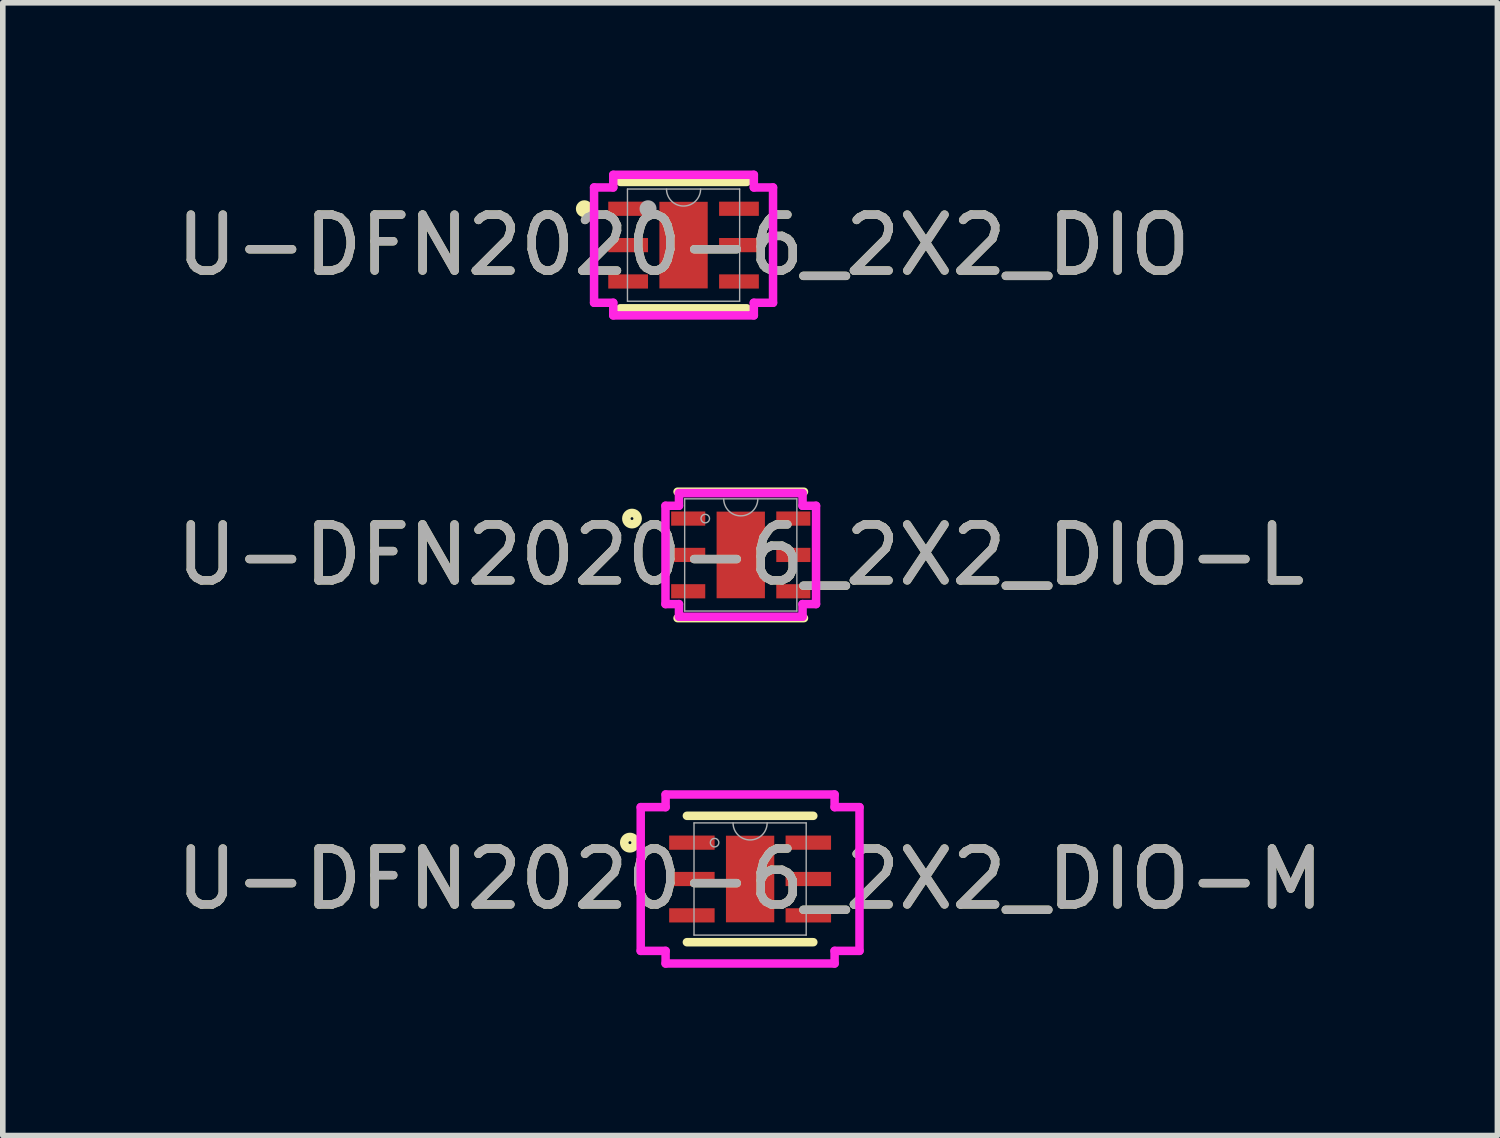
<source format=kicad_pcb>
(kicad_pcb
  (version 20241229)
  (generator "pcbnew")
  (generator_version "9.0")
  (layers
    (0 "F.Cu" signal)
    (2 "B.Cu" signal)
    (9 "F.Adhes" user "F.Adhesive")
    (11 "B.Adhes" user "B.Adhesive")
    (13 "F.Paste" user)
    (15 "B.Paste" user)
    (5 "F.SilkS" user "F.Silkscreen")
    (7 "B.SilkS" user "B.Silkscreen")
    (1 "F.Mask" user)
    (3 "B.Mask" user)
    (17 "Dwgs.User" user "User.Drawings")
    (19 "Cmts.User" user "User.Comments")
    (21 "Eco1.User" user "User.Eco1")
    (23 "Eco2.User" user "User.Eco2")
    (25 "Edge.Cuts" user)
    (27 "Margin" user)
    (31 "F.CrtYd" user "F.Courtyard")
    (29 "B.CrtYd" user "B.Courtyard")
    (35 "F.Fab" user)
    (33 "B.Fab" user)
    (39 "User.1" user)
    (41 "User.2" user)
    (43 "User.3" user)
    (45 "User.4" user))
  (footprint "U-DFN2020-6_2X2_DIO-M"
    (layer "F.Cu")
    (at 10.363 12.668)
    (property "Reference" "U-DFN2020-6_2X2_DIO-M" (at 0 0 0) (unlocked yes) (layer "F.SilkS") (effects (font (size 1 1) (thickness 0.15))))
    (attr smd)
    (fp_line (start -1.13 1.13) (end 1.13 1.13) (stroke (width 0.152) (type solid)) (layer "F.SilkS"))
    (fp_line (start 1.13 -1.13) (end -1.13 -1.13) (stroke (width 0.152) (type solid)) (layer "F.SilkS"))
    (fp_circle (center -2.149 -0.65) (end -2.047 -0.65) (stroke (width 0.152) (type solid)) (fill no) (layer "F.SilkS"))
    (fp_line (start -1.956 -1.285) (end -1.511 -1.285) (stroke (width 0.152) (type solid)) (layer "F.CrtYd"))
    (fp_line (start -1.956 1.285) (end -1.956 -1.285) (stroke (width 0.152) (type solid)) (layer "F.CrtYd"))
    (fp_line (start -1.956 1.285) (end -1.511 1.285) (stroke (width 0.152) (type solid)) (layer "F.CrtYd"))
    (fp_line (start -1.511 -1.511) (end 1.511 -1.511) (stroke (width 0.152) (type solid)) (layer "F.CrtYd"))
    (fp_line (start -1.511 -1.285) (end -1.511 -1.511) (stroke (width 0.152) (type solid)) (layer "F.CrtYd"))
    (fp_line (start -1.511 1.511) (end -1.511 1.285) (stroke (width 0.152) (type solid)) (layer "F.CrtYd"))
    (fp_line (start 1.511 -1.511) (end 1.511 -1.285) (stroke (width 0.152) (type solid)) (layer "F.CrtYd"))
    (fp_line (start 1.511 1.285) (end 1.511 1.511) (stroke (width 0.152) (type solid)) (layer "F.CrtYd"))
    (fp_line (start 1.511 1.511) (end -1.511 1.511) (stroke (width 0.152) (type solid)) (layer "F.CrtYd"))
    (fp_line (start 1.956 -1.285) (end 1.511 -1.285) (stroke (width 0.152) (type solid)) (layer "F.CrtYd"))
    (fp_line (start 1.956 -1.285) (end 1.956 1.285) (stroke (width 0.152) (type solid)) (layer "F.CrtYd"))
    (fp_line (start 1.956 1.285) (end 1.511 1.285) (stroke (width 0.152) (type solid)) (layer "F.CrtYd"))
    (fp_line (start -1.003 -1.003) (end -1.003 1.003) (stroke (width 0.025) (type solid)) (layer "F.Fab"))
    (fp_line (start -1.003 1.003) (end 1.003 1.003) (stroke (width 0.025) (type solid)) (layer "F.Fab"))
    (fp_line (start 1.003 -1.003) (end -1.003 -1.003) (stroke (width 0.025) (type solid)) (layer "F.Fab"))
    (fp_line (start 1.003 1.003) (end 1.003 -1.003) (stroke (width 0.025) (type solid)) (layer "F.Fab"))
    (fp_arc (start 0.3048 -1.0033) (mid 0 -0.6985) (end -0.3048 -1.0033) (stroke (width 0.0254) (type solid)) (layer "F.Fab"))
    (fp_circle (center -0.635 -0.65) (end -0.559 -0.65) (stroke (width 0.025) (type solid)) (fill no) (layer "F.Fab"))
    (fp_text user "${REFERENCE}" (at 0 0 0) (unlocked yes) (layer "F.Fab") (effects (font (size 1 1) (thickness 0.15))))
    (pad "1" smd rect (at -1.041 -0.65) (size 0.813 0.254) (layers "F.Cu" "F.Mask" "F.Paste"))
    (pad "2" smd rect (at -1.041 0) (size 0.813 0.254) (layers "F.Cu" "F.Mask" "F.Paste"))
    (pad "3" smd rect (at -1.041 0.65) (size 0.813 0.254) (layers "F.Cu" "F.Mask" "F.Paste"))
    (pad "4" smd rect (at 1.041 0.65) (size 0.813 0.254) (layers "F.Cu" "F.Mask" "F.Paste"))
    (pad "5" smd rect (at 1.041 0) (size 0.813 0.254) (layers "F.Cu" "F.Mask" "F.Paste"))
    (pad "6" smd rect (at 1.041 -0.65) (size 0.813 0.254) (layers "F.Cu" "F.Mask" "F.Paste"))
    (pad "7" smd rect (at 0 0) (size 0.864 1.549) (layers "F.Cu" "F.Mask" "F.Paste")))
  (footprint "U-DFN2020-6_2X2_DIO"
    (layer "F.Cu")
    (at 9.173 1.333)
    (property "Reference" "U-DFN2020-6_2X2_DIO" (at 0 0 0) (unlocked yes) (layer "F.SilkS") (effects (font (size 1 1) (thickness 0.15))))
    (attr smd)
    (fp_line (start -1.13 1.13) (end 1.13 1.13) (stroke (width 0.152) (type solid)) (layer "F.SilkS"))
    (fp_line (start 1.13 -1.13) (end -1.13 -1.13) (stroke (width 0.152) (type solid)) (layer "F.SilkS"))
    (fp_circle (center -1.773 -0.65) (end -1.697 -0.65) (stroke (width 0.152) (type solid)) (fill no) (layer "F.SilkS"))
    (fp_line (start -1.6 -1.031) (end -1.257 -1.031) (stroke (width 0.152) (type solid)) (layer "F.CrtYd"))
    (fp_line (start -1.6 1.031) (end -1.6 -1.031) (stroke (width 0.152) (type solid)) (layer "F.CrtYd"))
    (fp_line (start -1.6 1.031) (end -1.257 1.031) (stroke (width 0.152) (type solid)) (layer "F.CrtYd"))
    (fp_line (start -1.257 -1.257) (end 1.257 -1.257) (stroke (width 0.152) (type solid)) (layer "F.CrtYd"))
    (fp_line (start -1.257 -1.031) (end -1.257 -1.257) (stroke (width 0.152) (type solid)) (layer "F.CrtYd"))
    (fp_line (start -1.257 1.257) (end -1.257 1.031) (stroke (width 0.152) (type solid)) (layer "F.CrtYd"))
    (fp_line (start 1.257 -1.257) (end 1.257 -1.031) (stroke (width 0.152) (type solid)) (layer "F.CrtYd"))
    (fp_line (start 1.257 1.031) (end 1.257 1.257) (stroke (width 0.152) (type solid)) (layer "F.CrtYd"))
    (fp_line (start 1.257 1.257) (end -1.257 1.257) (stroke (width 0.152) (type solid)) (layer "F.CrtYd"))
    (fp_line (start 1.6 -1.031) (end 1.257 -1.031) (stroke (width 0.152) (type solid)) (layer "F.CrtYd"))
    (fp_line (start 1.6 -1.031) (end 1.6 1.031) (stroke (width 0.152) (type solid)) (layer "F.CrtYd"))
    (fp_line (start 1.6 1.031) (end 1.257 1.031) (stroke (width 0.152) (type solid)) (layer "F.CrtYd"))
    (fp_line (start -1.003 -1.003) (end -1.003 1.003) (stroke (width 0.025) (type solid)) (layer "F.Fab"))
    (fp_line (start -1.003 1.003) (end 1.003 1.003) (stroke (width 0.025) (type solid)) (layer "F.Fab"))
    (fp_line (start 1.003 -1.003) (end -1.003 -1.003) (stroke (width 0.025) (type solid)) (layer "F.Fab"))
    (fp_line (start 1.003 1.003) (end 1.003 -1.003) (stroke (width 0.025) (type solid)) (layer "F.Fab"))
    (fp_arc (start 0.3048 -1.0033) (mid 0 -0.6985) (end -0.3048 -1.0033) (stroke (width 0.0254) (type solid)) (layer "F.Fab"))
    (fp_circle (center -0.635 -0.65) (end -0.635 -0.65) (stroke (width 0.152) (type solid)) (fill no) (layer "F.Fab"))
    (fp_text user "${REFERENCE}" (at 0 0 0) (unlocked yes) (layer "F.Fab") (effects (font (size 1 1) (thickness 0.15))))
    (pad "1" smd rect (at -0.991 -0.65) (size 0.711 0.254) (layers "F.Cu" "F.Mask" "F.Paste"))
    (pad "2" smd rect (at -0.991 0) (size 0.711 0.254) (layers "F.Cu" "F.Mask" "F.Paste"))
    (pad "3" smd rect (at -0.991 0.65) (size 0.711 0.254) (layers "F.Cu" "F.Mask" "F.Paste"))
    (pad "4" smd rect (at 0.991 0.65) (size 0.711 0.254) (layers "F.Cu" "F.Mask" "F.Paste"))
    (pad "5" smd rect (at 0.991 0) (size 0.711 0.254) (layers "F.Cu" "F.Mask" "F.Paste"))
    (pad "6" smd rect (at 0.991 -0.65) (size 0.711 0.254) (layers "F.Cu" "F.Mask" "F.Paste"))
    (pad "7" smd rect (at 0 0) (size 0.864 1.549) (layers "F.Cu" "F.Mask" "F.Paste")))
  (footprint "U-DFN2020-6_2X2_DIO-L"
    (layer "F.Cu")
    (at 10.196 6.873)
    (property "Reference" "U-DFN2020-6_2X2_DIO-L" (at 0 0 0) (unlocked yes) (layer "F.SilkS") (effects (font (size 1 1) (thickness 0.15))))
    (attr smd)
    (fp_line (start -1.13 1.13) (end 1.13 1.13) (stroke (width 0.152) (type solid)) (layer "F.SilkS"))
    (fp_line (start 1.13 -1.13) (end -1.13 -1.13) (stroke (width 0.152) (type solid)) (layer "F.SilkS"))
    (fp_circle (center -1.945 -0.65) (end -1.844 -0.65) (stroke (width 0.152) (type solid)) (fill no) (layer "F.SilkS"))
    (fp_line (start -1.346 -0.879) (end -1.105 -0.879) (stroke (width 0.152) (type solid)) (layer "F.CrtYd"))
    (fp_line (start -1.346 0.879) (end -1.346 -0.879) (stroke (width 0.152) (type solid)) (layer "F.CrtYd"))
    (fp_line (start -1.346 0.879) (end -1.105 0.879) (stroke (width 0.152) (type solid)) (layer "F.CrtYd"))
    (fp_line (start -1.105 -1.105) (end 1.105 -1.105) (stroke (width 0.152) (type solid)) (layer "F.CrtYd"))
    (fp_line (start -1.105 -0.879) (end -1.105 -1.105) (stroke (width 0.152) (type solid)) (layer "F.CrtYd"))
    (fp_line (start -1.105 1.105) (end -1.105 0.879) (stroke (width 0.152) (type solid)) (layer "F.CrtYd"))
    (fp_line (start 1.105 -1.105) (end 1.105 -0.879) (stroke (width 0.152) (type solid)) (layer "F.CrtYd"))
    (fp_line (start 1.105 0.879) (end 1.105 1.105) (stroke (width 0.152) (type solid)) (layer "F.CrtYd"))
    (fp_line (start 1.105 1.105) (end -1.105 1.105) (stroke (width 0.152) (type solid)) (layer "F.CrtYd"))
    (fp_line (start 1.346 -0.879) (end 1.105 -0.879) (stroke (width 0.152) (type solid)) (layer "F.CrtYd"))
    (fp_line (start 1.346 -0.879) (end 1.346 0.879) (stroke (width 0.152) (type solid)) (layer "F.CrtYd"))
    (fp_line (start 1.346 0.879) (end 1.105 0.879) (stroke (width 0.152) (type solid)) (layer "F.CrtYd"))
    (fp_line (start -1.003 -1.003) (end -1.003 1.003) (stroke (width 0.025) (type solid)) (layer "F.Fab"))
    (fp_line (start -1.003 1.003) (end 1.003 1.003) (stroke (width 0.025) (type solid)) (layer "F.Fab"))
    (fp_line (start 1.003 -1.003) (end -1.003 -1.003) (stroke (width 0.025) (type solid)) (layer "F.Fab"))
    (fp_line (start 1.003 1.003) (end 1.003 -1.003) (stroke (width 0.025) (type solid)) (layer "F.Fab"))
    (fp_arc (start 0.3048 -1.0033) (mid 0 -0.6985) (end -0.3048 -1.0033) (stroke (width 0.0254) (type solid)) (layer "F.Fab"))
    (fp_circle (center -0.635 -0.65) (end -0.559 -0.65) (stroke (width 0.025) (type solid)) (fill no) (layer "F.Fab"))
    (fp_text user "${REFERENCE}" (at 0 0 0) (unlocked yes) (layer "F.Fab") (effects (font (size 1 1) (thickness 0.15))))
    (pad "1" smd rect (at -0.94 -0.65) (size 0.61 0.254) (layers "F.Cu" "F.Mask" "F.Paste"))
    (pad "2" smd rect (at -0.94 0) (size 0.61 0.254) (layers "F.Cu" "F.Mask" "F.Paste"))
    (pad "3" smd rect (at -0.94 0.65) (size 0.61 0.254) (layers "F.Cu" "F.Mask" "F.Paste"))
    (pad "4" smd rect (at 0.94 0.65) (size 0.61 0.254) (layers "F.Cu" "F.Mask" "F.Paste"))
    (pad "5" smd rect (at 0.94 0) (size 0.61 0.254) (layers "F.Cu" "F.Mask" "F.Paste"))
    (pad "6" smd rect (at 0.94 -0.65) (size 0.61 0.254) (layers "F.Cu" "F.Mask" "F.Paste"))
    (pad "7" smd rect (at 0 0) (size 0.864 1.549) (layers "F.Cu" "F.Mask" "F.Paste")))
  (gr_rect
    (start -3 -3)
    (end 23.726 17.255)
    (stroke (width 0.1) (type default))
    (fill no)
    (layer "Edge.Cuts")))
</source>
